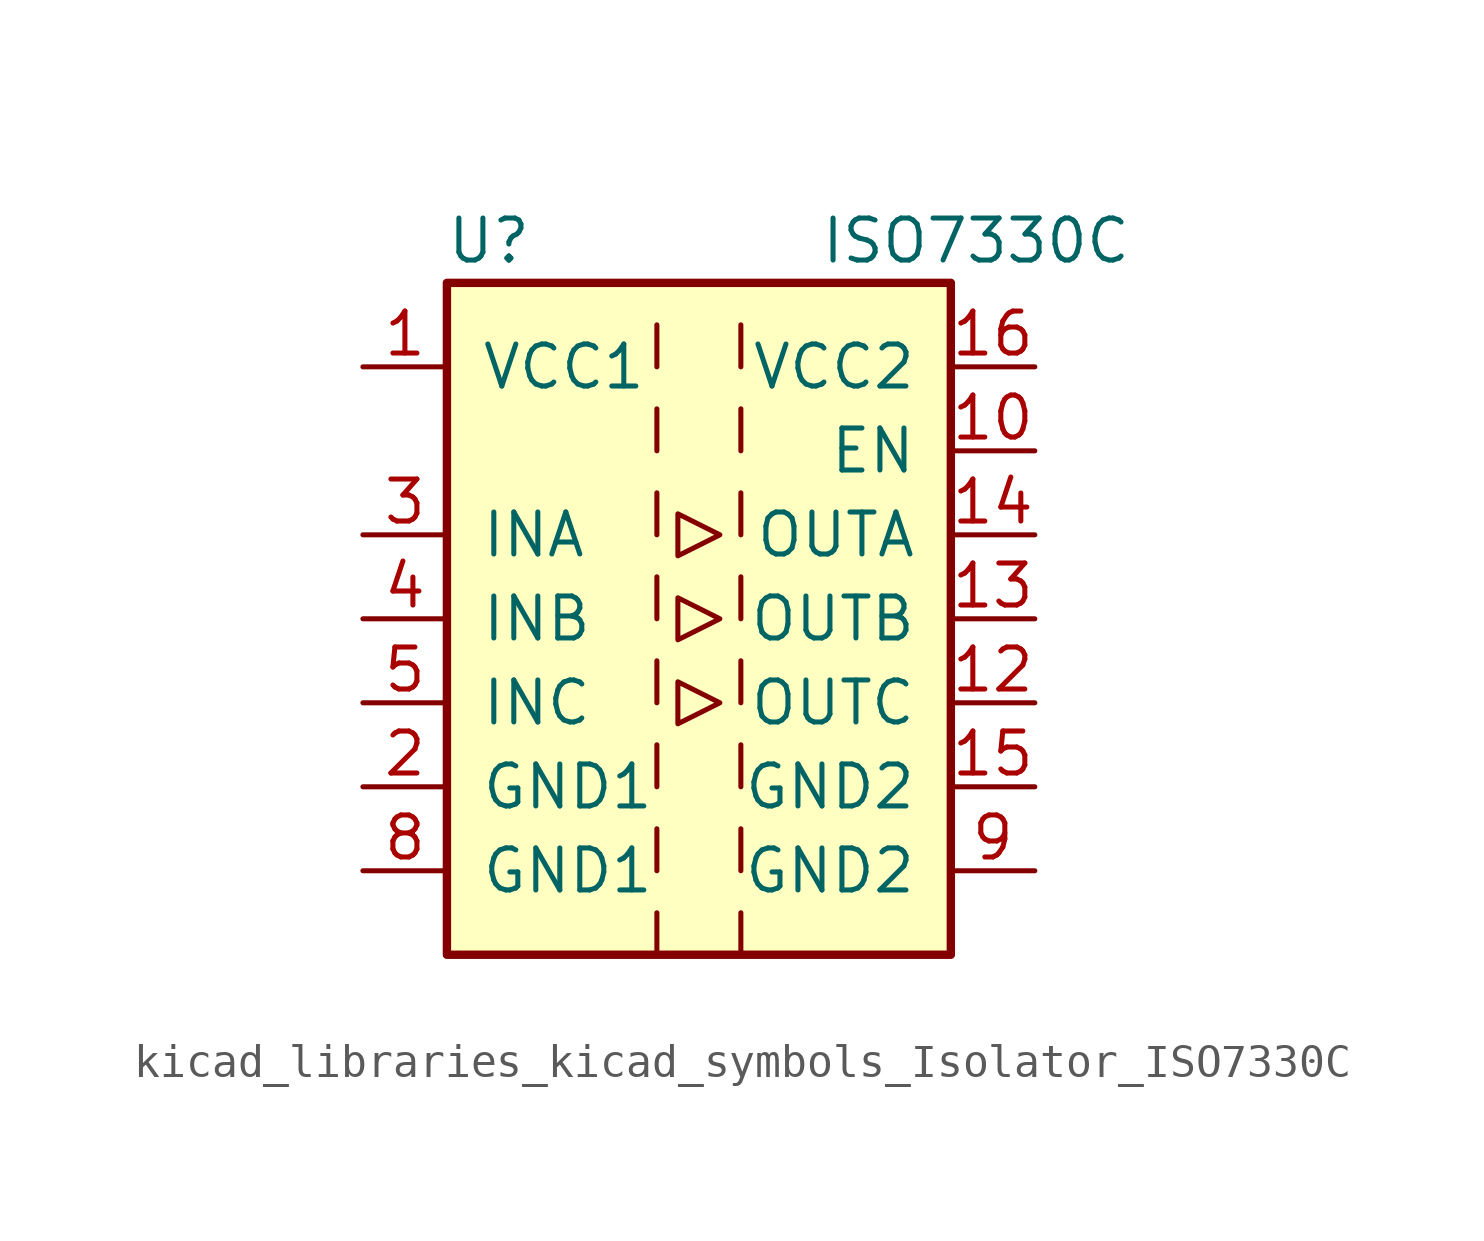
<source format=kicad_sym>
(kicad_symbol_lib
  (version 20220914)
  (generator kicad_symbol_editor)
  (symbol "kicad_libraries_kicad_symbols_Isolator_ISO7330C"
    (pin_names
      (offset 1.016))
    (property "Reference" "U"
      (at -6.35 11.43 0)
      (effects (font (size 1.27 1.27))))
    (property "Value" "ISO7330C"
      (at 8.382 11.43 0)
      (effects (font (size 1.27 1.27))))
    (symbol "kicad_libraries_kicad_symbols_Isolator_ISO7330C_0_1"
      (rectangle (start -7.62 10.16) (end 7.62 -10.16) (stroke (width 0.254) (type default)) (fill (type background)))
      (polyline (pts (xy -1.27 -8.89) (xy -1.27 -10.16)) (stroke (width 0) (type default)) (fill (type none)))
      (polyline (pts (xy -1.27 -6.35) (xy -1.27 -7.62)) (stroke (width 0) (type default)) (fill (type none)))
      (polyline (pts (xy -1.27 -3.81) (xy -1.27 -5.08)) (stroke (width 0) (type default)) (fill (type none)))
      (polyline (pts (xy -1.27 -1.27) (xy -1.27 -2.54)) (stroke (width 0) (type default)) (fill (type none)))
      (polyline (pts (xy -1.27 1.27) (xy -1.27 0)) (stroke (width 0) (type default)) (fill (type none)))
      (polyline (pts (xy -1.27 3.81) (xy -1.27 2.54)) (stroke (width 0) (type default)) (fill (type none)))
      (polyline (pts (xy -1.27 6.35) (xy -1.27 5.08)) (stroke (width 0) (type default)) (fill (type none)))
      (polyline (pts (xy -1.27 8.89) (xy -1.27 7.62)) (stroke (width 0) (type default)) (fill (type none)))
      (polyline (pts (xy 1.27 -8.89) (xy 1.27 -10.16)) (stroke (width 0) (type default)) (fill (type none)))
      (polyline (pts (xy 1.27 -6.35) (xy 1.27 -7.62)) (stroke (width 0) (type default)) (fill (type none)))
      (polyline (pts (xy 1.27 -3.81) (xy 1.27 -5.08)) (stroke (width 0) (type default)) (fill (type none)))
      (polyline (pts (xy 1.27 -1.27) (xy 1.27 -2.54)) (stroke (width 0) (type default)) (fill (type none)))
      (polyline (pts (xy 1.27 1.27) (xy 1.27 0)) (stroke (width 0) (type default)) (fill (type none)))
      (polyline (pts (xy 1.27 3.81) (xy 1.27 2.54)) (stroke (width 0) (type default)) (fill (type none)))
      (polyline (pts (xy 1.27 6.35) (xy 1.27 5.08)) (stroke (width 0) (type default)) (fill (type none)))
      (polyline (pts (xy 1.27 8.89) (xy 1.27 7.62)) (stroke (width 0) (type default)) (fill (type none)))
      (polyline (pts (xy -0.635 -1.905) (xy -0.635 -3.175) (xy 0.635 -2.54) (xy -0.635 -1.905)) (stroke (width 0) (type default)) (fill (type none)))
      (polyline (pts (xy -0.635 0.635) (xy -0.635 -0.635) (xy 0.635 0) (xy -0.635 0.635)) (stroke (width 0) (type default)) (fill (type none)))
      (polyline (pts (xy -0.635 3.175) (xy -0.635 1.905) (xy 0.635 2.54) (xy -0.635 3.175)) (stroke (width 0) (type default)) (fill (type none))))
    (symbol "kicad_libraries_kicad_symbols_Isolator_ISO7330C_1_1"
      (pin power_in line (at -10.16 7.62 0) (length 2.54) (name "VCC1" (effects (font (size 1.27 1.27)))) (number "1" (effects (font (size 1.27 1.27)))))
      (pin input line (at 10.16 5.08 180) (length 2.54) (name "EN" (effects (font (size 1.27 1.27)))) (number "10" (effects (font (size 1.27 1.27)))))
      (pin no_connect line (at -7.62 5.08 0) (length 2.54) hide (name "NC" (effects (font (size 1.27 1.27)))) (number "11" (effects (font (size 1.27 1.27)))))
      (pin output line (at 10.16 -2.54 180) (length 2.54) (name "OUTC" (effects (font (size 1.27 1.27)))) (number "12" (effects (font (size 1.27 1.27)))))
      (pin output line (at 10.16 0 180) (length 2.54) (name "OUTB" (effects (font (size 1.27 1.27)))) (number "13" (effects (font (size 1.27 1.27)))))
      (pin output line (at 10.16 2.54 180) (length 2.54) (name "OUTA" (effects (font (size 1.27 1.27)))) (number "14" (effects (font (size 1.27 1.27)))))
      (pin power_in line (at 10.16 -5.08 180) (length 2.54) (name "GND2" (effects (font (size 1.27 1.27)))) (number "15" (effects (font (size 1.27 1.27)))))
      (pin power_in line (at 10.16 7.62 180) (length 2.54) (name "VCC2" (effects (font (size 1.27 1.27)))) (number "16" (effects (font (size 1.27 1.27)))))
      (pin power_in line (at -10.16 -5.08 0) (length 2.54) (name "GND1" (effects (font (size 1.27 1.27)))) (number "2" (effects (font (size 1.27 1.27)))))
      (pin input line (at -10.16 2.54 0) (length 2.54) (name "INA" (effects (font (size 1.27 1.27)))) (number "3" (effects (font (size 1.27 1.27)))))
      (pin input line (at -10.16 0 0) (length 2.54) (name "INB" (effects (font (size 1.27 1.27)))) (number "4" (effects (font (size 1.27 1.27)))))
      (pin input line (at -10.16 -2.54 0) (length 2.54) (name "INC" (effects (font (size 1.27 1.27)))) (number "5" (effects (font (size 1.27 1.27)))))
      (pin no_connect line (at 0 -10.16 90) (length 2.54) hide (name "NC" (effects (font (size 1.27 1.27)))) (number "6" (effects (font (size 1.27 1.27)))))
      (pin no_connect line (at 0 10.16 270) (length 2.54) hide (name "NC" (effects (font (size 1.27 1.27)))) (number "7" (effects (font (size 1.27 1.27)))))
      (pin power_in line (at -10.16 -7.62 0) (length 2.54) (name "GND1" (effects (font (size 1.27 1.27)))) (number "8" (effects (font (size 1.27 1.27)))))
      (pin power_in line (at 10.16 -7.62 180) (length 2.54) (name "GND2" (effects (font (size 1.27 1.27)))) (number "9" (effects (font (size 1.27 1.27))))))))
</source>
